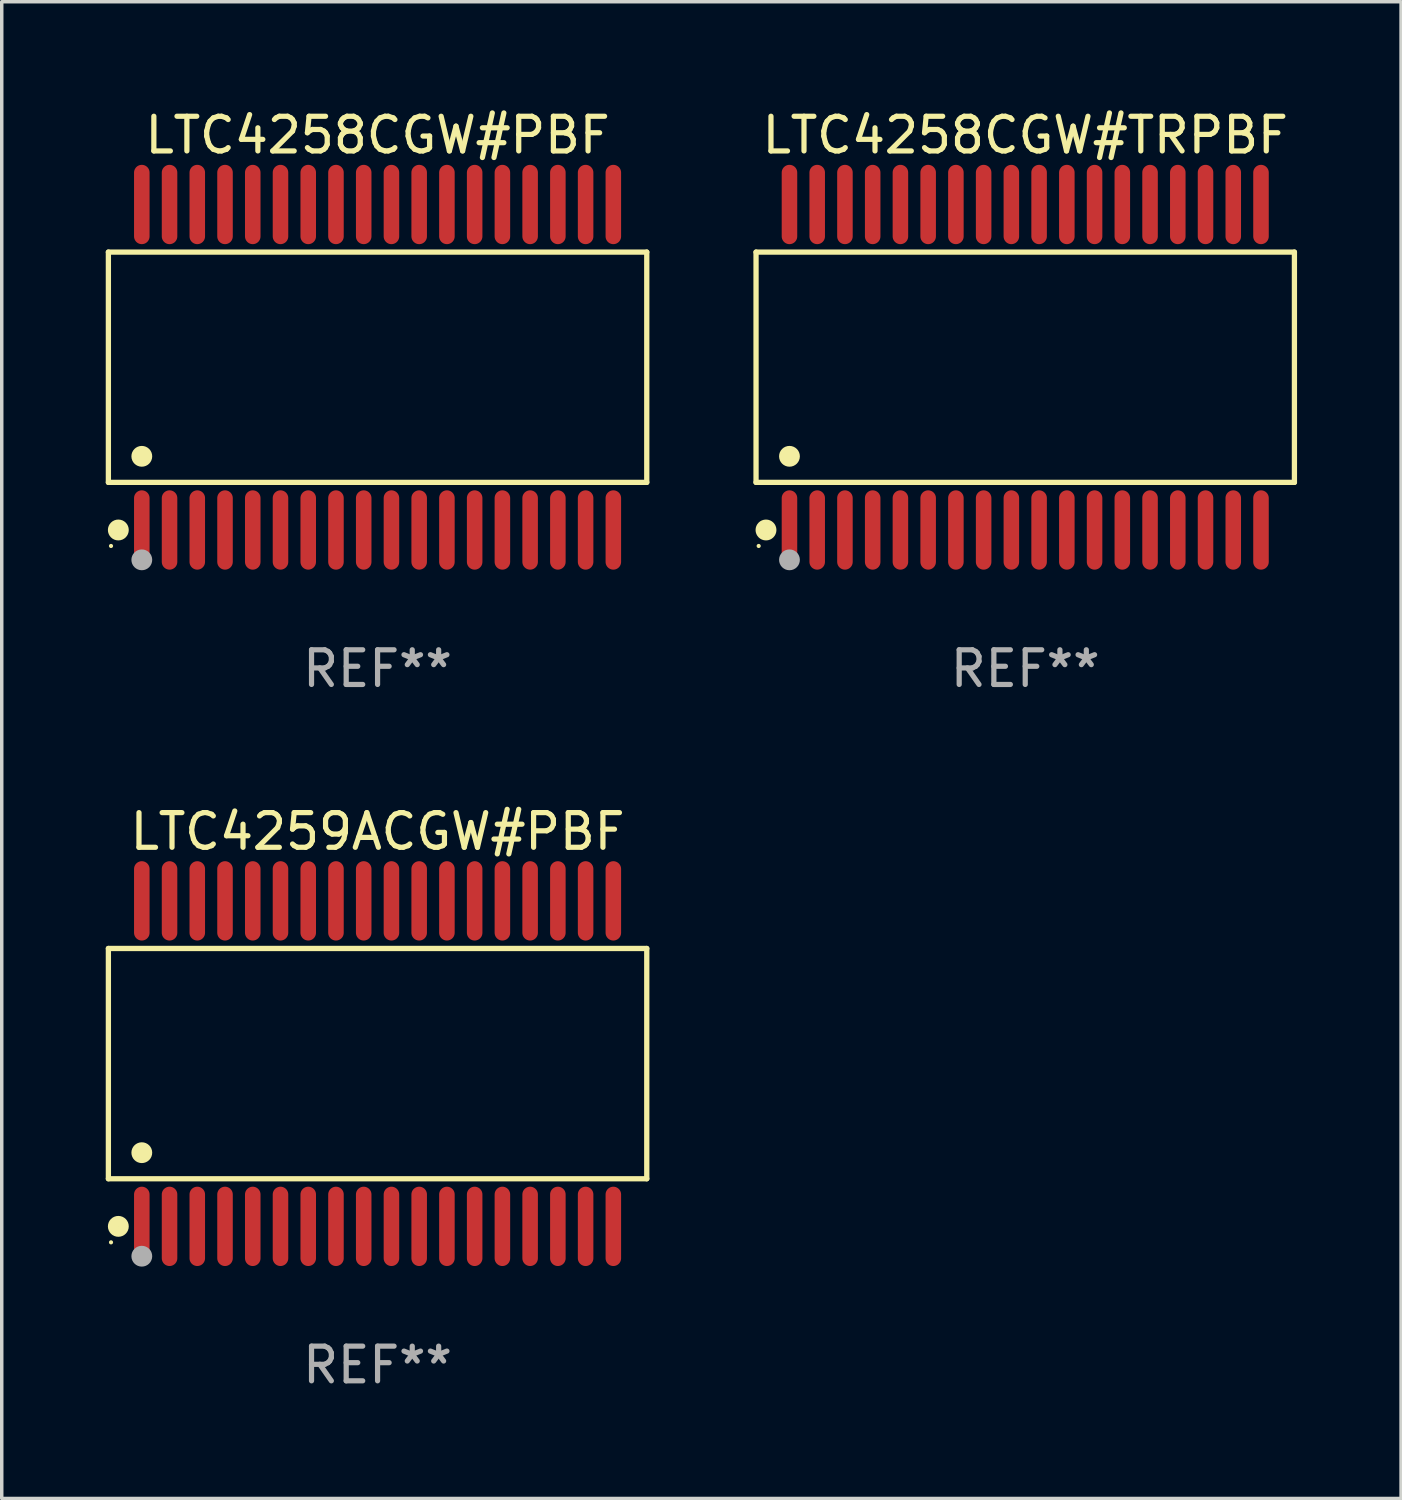
<source format=kicad_pcb>
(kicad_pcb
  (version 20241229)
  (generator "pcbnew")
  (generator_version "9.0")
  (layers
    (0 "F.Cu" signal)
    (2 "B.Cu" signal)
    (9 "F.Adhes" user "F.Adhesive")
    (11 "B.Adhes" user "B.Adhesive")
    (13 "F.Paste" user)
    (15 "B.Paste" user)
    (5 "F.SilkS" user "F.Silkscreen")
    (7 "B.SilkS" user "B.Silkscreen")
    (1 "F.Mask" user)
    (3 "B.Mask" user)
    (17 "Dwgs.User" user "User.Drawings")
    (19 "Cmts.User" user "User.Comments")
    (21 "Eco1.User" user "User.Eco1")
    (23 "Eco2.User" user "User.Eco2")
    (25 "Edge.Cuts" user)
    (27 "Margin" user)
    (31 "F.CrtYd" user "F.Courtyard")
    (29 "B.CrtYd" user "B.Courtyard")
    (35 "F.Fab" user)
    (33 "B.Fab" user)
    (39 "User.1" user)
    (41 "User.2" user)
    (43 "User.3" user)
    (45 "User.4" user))
  (footprint "LTC4259ACGW#PBF"
    (layer "F.Cu")
    (at 7.84 27.627)
    (property "Reference" "LTC4259ACGW#PBF" (at 0 -6.694 0) (layer "F.SilkS") (effects (font (size 1 1) (thickness 0.15))))
    (attr through_hole)
    (fp_line (start -7.764 -3.321) (end 7.764 -3.321) (stroke (width 0.152) (type solid)) (layer "F.SilkS"))
    (fp_line (start -7.764 3.321) (end -7.764 -3.321) (stroke (width 0.152) (type solid)) (layer "F.SilkS"))
    (fp_line (start 7.764 -3.321) (end 7.764 3.321) (stroke (width 0.152) (type solid)) (layer "F.SilkS"))
    (fp_line (start 7.764 3.321) (end -7.764 3.321) (stroke (width 0.152) (type solid)) (layer "F.SilkS"))
    (fp_circle (center -7.688 5.155) (end -7.658 5.155) (stroke (width 0.06) (type solid)) (fill no) (layer "F.SilkS"))
    (fp_circle (center -7.477 4.694) (end -7.326 4.694) (stroke (width 0.3) (type solid)) (fill no) (layer "F.SilkS"))
    (fp_circle (center -6.8 2.569) (end -6.65 2.569) (stroke (width 0.3) (type solid)) (fill no) (layer "F.SilkS"))
    (fp_circle (center -6.8 5.555) (end -6.65 5.555) (stroke (width 0.3) (type solid)) (fill no) (layer "F.Fab"))
    (fp_text user "REF**" (at 0 8.694 0) (layer "F.Fab") (effects (font (size 1 1) (thickness 0.15))))
    (pad "1" smd oval (at -6.8 4.694) (size 0.448 2.288) (layers "F.Cu" "F.Mask" "F.Paste"))
    (pad "2" smd oval (at -6 4.694) (size 0.448 2.288) (layers "F.Cu" "F.Mask" "F.Paste"))
    (pad "3" smd oval (at -5.2 4.694) (size 0.448 2.288) (layers "F.Cu" "F.Mask" "F.Paste"))
    (pad "4" smd oval (at -4.4 4.694) (size 0.448 2.288) (layers "F.Cu" "F.Mask" "F.Paste"))
    (pad "5" smd oval (at -3.6 4.694) (size 0.448 2.288) (layers "F.Cu" "F.Mask" "F.Paste"))
    (pad "6" smd oval (at -2.8 4.694) (size 0.448 2.288) (layers "F.Cu" "F.Mask" "F.Paste"))
    (pad "7" smd oval (at -2 4.694) (size 0.448 2.288) (layers "F.Cu" "F.Mask" "F.Paste"))
    (pad "8" smd oval (at -1.2 4.694) (size 0.448 2.288) (layers "F.Cu" "F.Mask" "F.Paste"))
    (pad "9" smd oval (at -0.4 4.694) (size 0.448 2.288) (layers "F.Cu" "F.Mask" "F.Paste"))
    (pad "10" smd oval (at 0.4 4.694) (size 0.448 2.288) (layers "F.Cu" "F.Mask" "F.Paste"))
    (pad "11" smd oval (at 1.2 4.694) (size 0.448 2.288) (layers "F.Cu" "F.Mask" "F.Paste"))
    (pad "12" smd oval (at 2 4.694) (size 0.448 2.288) (layers "F.Cu" "F.Mask" "F.Paste"))
    (pad "13" smd oval (at 2.8 4.694) (size 0.448 2.288) (layers "F.Cu" "F.Mask" "F.Paste"))
    (pad "14" smd oval (at 3.6 4.694) (size 0.448 2.288) (layers "F.Cu" "F.Mask" "F.Paste"))
    (pad "15" smd oval (at 4.4 4.694) (size 0.448 2.288) (layers "F.Cu" "F.Mask" "F.Paste"))
    (pad "16" smd oval (at 5.2 4.694) (size 0.448 2.288) (layers "F.Cu" "F.Mask" "F.Paste"))
    (pad "17" smd oval (at 6 4.694) (size 0.448 2.288) (layers "F.Cu" "F.Mask" "F.Paste"))
    (pad "18" smd oval (at 6.8 4.694) (size 0.448 2.288) (layers "F.Cu" "F.Mask" "F.Paste"))
    (pad "19" smd oval (at 6.8 -4.694) (size 0.448 2.288) (layers "F.Cu" "F.Mask" "F.Paste"))
    (pad "20" smd oval (at 6 -4.694) (size 0.448 2.288) (layers "F.Cu" "F.Mask" "F.Paste"))
    (pad "21" smd oval (at 5.2 -4.694) (size 0.448 2.288) (layers "F.Cu" "F.Mask" "F.Paste"))
    (pad "22" smd oval (at 4.4 -4.694) (size 0.448 2.288) (layers "F.Cu" "F.Mask" "F.Paste"))
    (pad "23" smd oval (at 3.6 -4.694) (size 0.448 2.288) (layers "F.Cu" "F.Mask" "F.Paste"))
    (pad "24" smd oval (at 2.8 -4.694) (size 0.448 2.288) (layers "F.Cu" "F.Mask" "F.Paste"))
    (pad "25" smd oval (at 2 -4.694) (size 0.448 2.288) (layers "F.Cu" "F.Mask" "F.Paste"))
    (pad "26" smd oval (at 1.2 -4.694) (size 0.448 2.288) (layers "F.Cu" "F.Mask" "F.Paste"))
    (pad "27" smd oval (at 0.4 -4.694) (size 0.448 2.288) (layers "F.Cu" "F.Mask" "F.Paste"))
    (pad "28" smd oval (at -0.4 -4.694) (size 0.448 2.288) (layers "F.Cu" "F.Mask" "F.Paste"))
    (pad "29" smd oval (at -1.2 -4.694) (size 0.448 2.288) (layers "F.Cu" "F.Mask" "F.Paste"))
    (pad "30" smd oval (at -2 -4.694) (size 0.448 2.288) (layers "F.Cu" "F.Mask" "F.Paste"))
    (pad "31" smd oval (at -2.8 -4.694) (size 0.448 2.288) (layers "F.Cu" "F.Mask" "F.Paste"))
    (pad "32" smd oval (at -3.6 -4.694) (size 0.448 2.288) (layers "F.Cu" "F.Mask" "F.Paste"))
    (pad "33" smd oval (at -4.4 -4.694) (size 0.448 2.288) (layers "F.Cu" "F.Mask" "F.Paste"))
    (pad "34" smd oval (at -5.2 -4.694) (size 0.448 2.288) (layers "F.Cu" "F.Mask" "F.Paste"))
    (pad "35" smd oval (at -6 -4.694) (size 0.448 2.288) (layers "F.Cu" "F.Mask" "F.Paste"))
    (pad "36" smd oval (at -6.8 -4.694) (size 0.448 2.288) (layers "F.Cu" "F.Mask" "F.Paste")))
  (footprint "LTC4258CGW#PBF"
    (layer "F.Cu")
    (at 7.84 7.542)
    (property "Reference" "LTC4258CGW#PBF" (at 0 -6.694 0) (layer "F.SilkS") (effects (font (size 1 1) (thickness 0.15))))
    (attr through_hole)
    (fp_line (start -7.764 -3.321) (end 7.764 -3.321) (stroke (width 0.152) (type solid)) (layer "F.SilkS"))
    (fp_line (start -7.764 3.321) (end -7.764 -3.321) (stroke (width 0.152) (type solid)) (layer "F.SilkS"))
    (fp_line (start 7.764 -3.321) (end 7.764 3.321) (stroke (width 0.152) (type solid)) (layer "F.SilkS"))
    (fp_line (start 7.764 3.321) (end -7.764 3.321) (stroke (width 0.152) (type solid)) (layer "F.SilkS"))
    (fp_circle (center -7.688 5.155) (end -7.658 5.155) (stroke (width 0.06) (type solid)) (fill no) (layer "F.SilkS"))
    (fp_circle (center -7.477 4.694) (end -7.326 4.694) (stroke (width 0.3) (type solid)) (fill no) (layer "F.SilkS"))
    (fp_circle (center -6.8 2.569) (end -6.65 2.569) (stroke (width 0.3) (type solid)) (fill no) (layer "F.SilkS"))
    (fp_circle (center -6.8 5.555) (end -6.65 5.555) (stroke (width 0.3) (type solid)) (fill no) (layer "F.Fab"))
    (fp_text user "REF**" (at 0 8.694 0) (layer "F.Fab") (effects (font (size 1 1) (thickness 0.15))))
    (pad "1" smd oval (at -6.8 4.694) (size 0.448 2.288) (layers "F.Cu" "F.Mask" "F.Paste"))
    (pad "2" smd oval (at -6 4.694) (size 0.448 2.288) (layers "F.Cu" "F.Mask" "F.Paste"))
    (pad "3" smd oval (at -5.2 4.694) (size 0.448 2.288) (layers "F.Cu" "F.Mask" "F.Paste"))
    (pad "4" smd oval (at -4.4 4.694) (size 0.448 2.288) (layers "F.Cu" "F.Mask" "F.Paste"))
    (pad "5" smd oval (at -3.6 4.694) (size 0.448 2.288) (layers "F.Cu" "F.Mask" "F.Paste"))
    (pad "6" smd oval (at -2.8 4.694) (size 0.448 2.288) (layers "F.Cu" "F.Mask" "F.Paste"))
    (pad "7" smd oval (at -2 4.694) (size 0.448 2.288) (layers "F.Cu" "F.Mask" "F.Paste"))
    (pad "8" smd oval (at -1.2 4.694) (size 0.448 2.288) (layers "F.Cu" "F.Mask" "F.Paste"))
    (pad "9" smd oval (at -0.4 4.694) (size 0.448 2.288) (layers "F.Cu" "F.Mask" "F.Paste"))
    (pad "10" smd oval (at 0.4 4.694) (size 0.448 2.288) (layers "F.Cu" "F.Mask" "F.Paste"))
    (pad "11" smd oval (at 1.2 4.694) (size 0.448 2.288) (layers "F.Cu" "F.Mask" "F.Paste"))
    (pad "12" smd oval (at 2 4.694) (size 0.448 2.288) (layers "F.Cu" "F.Mask" "F.Paste"))
    (pad "13" smd oval (at 2.8 4.694) (size 0.448 2.288) (layers "F.Cu" "F.Mask" "F.Paste"))
    (pad "14" smd oval (at 3.6 4.694) (size 0.448 2.288) (layers "F.Cu" "F.Mask" "F.Paste"))
    (pad "15" smd oval (at 4.4 4.694) (size 0.448 2.288) (layers "F.Cu" "F.Mask" "F.Paste"))
    (pad "16" smd oval (at 5.2 4.694) (size 0.448 2.288) (layers "F.Cu" "F.Mask" "F.Paste"))
    (pad "17" smd oval (at 6 4.694) (size 0.448 2.288) (layers "F.Cu" "F.Mask" "F.Paste"))
    (pad "18" smd oval (at 6.8 4.694) (size 0.448 2.288) (layers "F.Cu" "F.Mask" "F.Paste"))
    (pad "19" smd oval (at 6.8 -4.694) (size 0.448 2.288) (layers "F.Cu" "F.Mask" "F.Paste"))
    (pad "20" smd oval (at 6 -4.694) (size 0.448 2.288) (layers "F.Cu" "F.Mask" "F.Paste"))
    (pad "21" smd oval (at 5.2 -4.694) (size 0.448 2.288) (layers "F.Cu" "F.Mask" "F.Paste"))
    (pad "22" smd oval (at 4.4 -4.694) (size 0.448 2.288) (layers "F.Cu" "F.Mask" "F.Paste"))
    (pad "23" smd oval (at 3.6 -4.694) (size 0.448 2.288) (layers "F.Cu" "F.Mask" "F.Paste"))
    (pad "24" smd oval (at 2.8 -4.694) (size 0.448 2.288) (layers "F.Cu" "F.Mask" "F.Paste"))
    (pad "25" smd oval (at 2 -4.694) (size 0.448 2.288) (layers "F.Cu" "F.Mask" "F.Paste"))
    (pad "26" smd oval (at 1.2 -4.694) (size 0.448 2.288) (layers "F.Cu" "F.Mask" "F.Paste"))
    (pad "27" smd oval (at 0.4 -4.694) (size 0.448 2.288) (layers "F.Cu" "F.Mask" "F.Paste"))
    (pad "28" smd oval (at -0.4 -4.694) (size 0.448 2.288) (layers "F.Cu" "F.Mask" "F.Paste"))
    (pad "29" smd oval (at -1.2 -4.694) (size 0.448 2.288) (layers "F.Cu" "F.Mask" "F.Paste"))
    (pad "30" smd oval (at -2 -4.694) (size 0.448 2.288) (layers "F.Cu" "F.Mask" "F.Paste"))
    (pad "31" smd oval (at -2.8 -4.694) (size 0.448 2.288) (layers "F.Cu" "F.Mask" "F.Paste"))
    (pad "32" smd oval (at -3.6 -4.694) (size 0.448 2.288) (layers "F.Cu" "F.Mask" "F.Paste"))
    (pad "33" smd oval (at -4.4 -4.694) (size 0.448 2.288) (layers "F.Cu" "F.Mask" "F.Paste"))
    (pad "34" smd oval (at -5.2 -4.694) (size 0.448 2.288) (layers "F.Cu" "F.Mask" "F.Paste"))
    (pad "35" smd oval (at -6 -4.694) (size 0.448 2.288) (layers "F.Cu" "F.Mask" "F.Paste"))
    (pad "36" smd oval (at -6.8 -4.694) (size 0.448 2.288) (layers "F.Cu" "F.Mask" "F.Paste")))
  (footprint "LTC4258CGW#TRPBF"
    (layer "F.Cu")
    (at 26.52 7.542)
    (property "Reference" "LTC4258CGW#TRPBF" (at 0 -6.694 0) (layer "F.SilkS") (effects (font (size 1 1) (thickness 0.15))))
    (attr through_hole)
    (fp_line (start -7.764 -3.321) (end 7.764 -3.321) (stroke (width 0.152) (type solid)) (layer "F.SilkS"))
    (fp_line (start -7.764 3.321) (end -7.764 -3.321) (stroke (width 0.152) (type solid)) (layer "F.SilkS"))
    (fp_line (start 7.764 -3.321) (end 7.764 3.321) (stroke (width 0.152) (type solid)) (layer "F.SilkS"))
    (fp_line (start 7.764 3.321) (end -7.764 3.321) (stroke (width 0.152) (type solid)) (layer "F.SilkS"))
    (fp_circle (center -7.688 5.155) (end -7.658 5.155) (stroke (width 0.06) (type solid)) (fill no) (layer "F.SilkS"))
    (fp_circle (center -7.477 4.694) (end -7.326 4.694) (stroke (width 0.3) (type solid)) (fill no) (layer "F.SilkS"))
    (fp_circle (center -6.8 2.569) (end -6.65 2.569) (stroke (width 0.3) (type solid)) (fill no) (layer "F.SilkS"))
    (fp_circle (center -6.8 5.555) (end -6.65 5.555) (stroke (width 0.3) (type solid)) (fill no) (layer "F.Fab"))
    (fp_text user "REF**" (at 0 8.694 0) (layer "F.Fab") (effects (font (size 1 1) (thickness 0.15))))
    (pad "1" smd oval (at -6.8 4.694) (size 0.448 2.288) (layers "F.Cu" "F.Mask" "F.Paste"))
    (pad "2" smd oval (at -6 4.694) (size 0.448 2.288) (layers "F.Cu" "F.Mask" "F.Paste"))
    (pad "3" smd oval (at -5.2 4.694) (size 0.448 2.288) (layers "F.Cu" "F.Mask" "F.Paste"))
    (pad "4" smd oval (at -4.4 4.694) (size 0.448 2.288) (layers "F.Cu" "F.Mask" "F.Paste"))
    (pad "5" smd oval (at -3.6 4.694) (size 0.448 2.288) (layers "F.Cu" "F.Mask" "F.Paste"))
    (pad "6" smd oval (at -2.8 4.694) (size 0.448 2.288) (layers "F.Cu" "F.Mask" "F.Paste"))
    (pad "7" smd oval (at -2 4.694) (size 0.448 2.288) (layers "F.Cu" "F.Mask" "F.Paste"))
    (pad "8" smd oval (at -1.2 4.694) (size 0.448 2.288) (layers "F.Cu" "F.Mask" "F.Paste"))
    (pad "9" smd oval (at -0.4 4.694) (size 0.448 2.288) (layers "F.Cu" "F.Mask" "F.Paste"))
    (pad "10" smd oval (at 0.4 4.694) (size 0.448 2.288) (layers "F.Cu" "F.Mask" "F.Paste"))
    (pad "11" smd oval (at 1.2 4.694) (size 0.448 2.288) (layers "F.Cu" "F.Mask" "F.Paste"))
    (pad "12" smd oval (at 2 4.694) (size 0.448 2.288) (layers "F.Cu" "F.Mask" "F.Paste"))
    (pad "13" smd oval (at 2.8 4.694) (size 0.448 2.288) (layers "F.Cu" "F.Mask" "F.Paste"))
    (pad "14" smd oval (at 3.6 4.694) (size 0.448 2.288) (layers "F.Cu" "F.Mask" "F.Paste"))
    (pad "15" smd oval (at 4.4 4.694) (size 0.448 2.288) (layers "F.Cu" "F.Mask" "F.Paste"))
    (pad "16" smd oval (at 5.2 4.694) (size 0.448 2.288) (layers "F.Cu" "F.Mask" "F.Paste"))
    (pad "17" smd oval (at 6 4.694) (size 0.448 2.288) (layers "F.Cu" "F.Mask" "F.Paste"))
    (pad "18" smd oval (at 6.8 4.694) (size 0.448 2.288) (layers "F.Cu" "F.Mask" "F.Paste"))
    (pad "19" smd oval (at 6.8 -4.694) (size 0.448 2.288) (layers "F.Cu" "F.Mask" "F.Paste"))
    (pad "20" smd oval (at 6 -4.694) (size 0.448 2.288) (layers "F.Cu" "F.Mask" "F.Paste"))
    (pad "21" smd oval (at 5.2 -4.694) (size 0.448 2.288) (layers "F.Cu" "F.Mask" "F.Paste"))
    (pad "22" smd oval (at 4.4 -4.694) (size 0.448 2.288) (layers "F.Cu" "F.Mask" "F.Paste"))
    (pad "23" smd oval (at 3.6 -4.694) (size 0.448 2.288) (layers "F.Cu" "F.Mask" "F.Paste"))
    (pad "24" smd oval (at 2.8 -4.694) (size 0.448 2.288) (layers "F.Cu" "F.Mask" "F.Paste"))
    (pad "25" smd oval (at 2 -4.694) (size 0.448 2.288) (layers "F.Cu" "F.Mask" "F.Paste"))
    (pad "26" smd oval (at 1.2 -4.694) (size 0.448 2.288) (layers "F.Cu" "F.Mask" "F.Paste"))
    (pad "27" smd oval (at 0.4 -4.694) (size 0.448 2.288) (layers "F.Cu" "F.Mask" "F.Paste"))
    (pad "28" smd oval (at -0.4 -4.694) (size 0.448 2.288) (layers "F.Cu" "F.Mask" "F.Paste"))
    (pad "29" smd oval (at -1.2 -4.694) (size 0.448 2.288) (layers "F.Cu" "F.Mask" "F.Paste"))
    (pad "30" smd oval (at -2 -4.694) (size 0.448 2.288) (layers "F.Cu" "F.Mask" "F.Paste"))
    (pad "31" smd oval (at -2.8 -4.694) (size 0.448 2.288) (layers "F.Cu" "F.Mask" "F.Paste"))
    (pad "32" smd oval (at -3.6 -4.694) (size 0.448 2.288) (layers "F.Cu" "F.Mask" "F.Paste"))
    (pad "33" smd oval (at -4.4 -4.694) (size 0.448 2.288) (layers "F.Cu" "F.Mask" "F.Paste"))
    (pad "34" smd oval (at -5.2 -4.694) (size 0.448 2.288) (layers "F.Cu" "F.Mask" "F.Paste"))
    (pad "35" smd oval (at -6 -4.694) (size 0.448 2.288) (layers "F.Cu" "F.Mask" "F.Paste"))
    (pad "36" smd oval (at -6.8 -4.694) (size 0.448 2.288) (layers "F.Cu" "F.Mask" "F.Paste")))
  (gr_rect
    (start -3 -3)
    (end 37.36 40.169)
    (stroke (width 0.1) (type default))
    (fill no)
    (layer "Edge.Cuts")))
</source>
